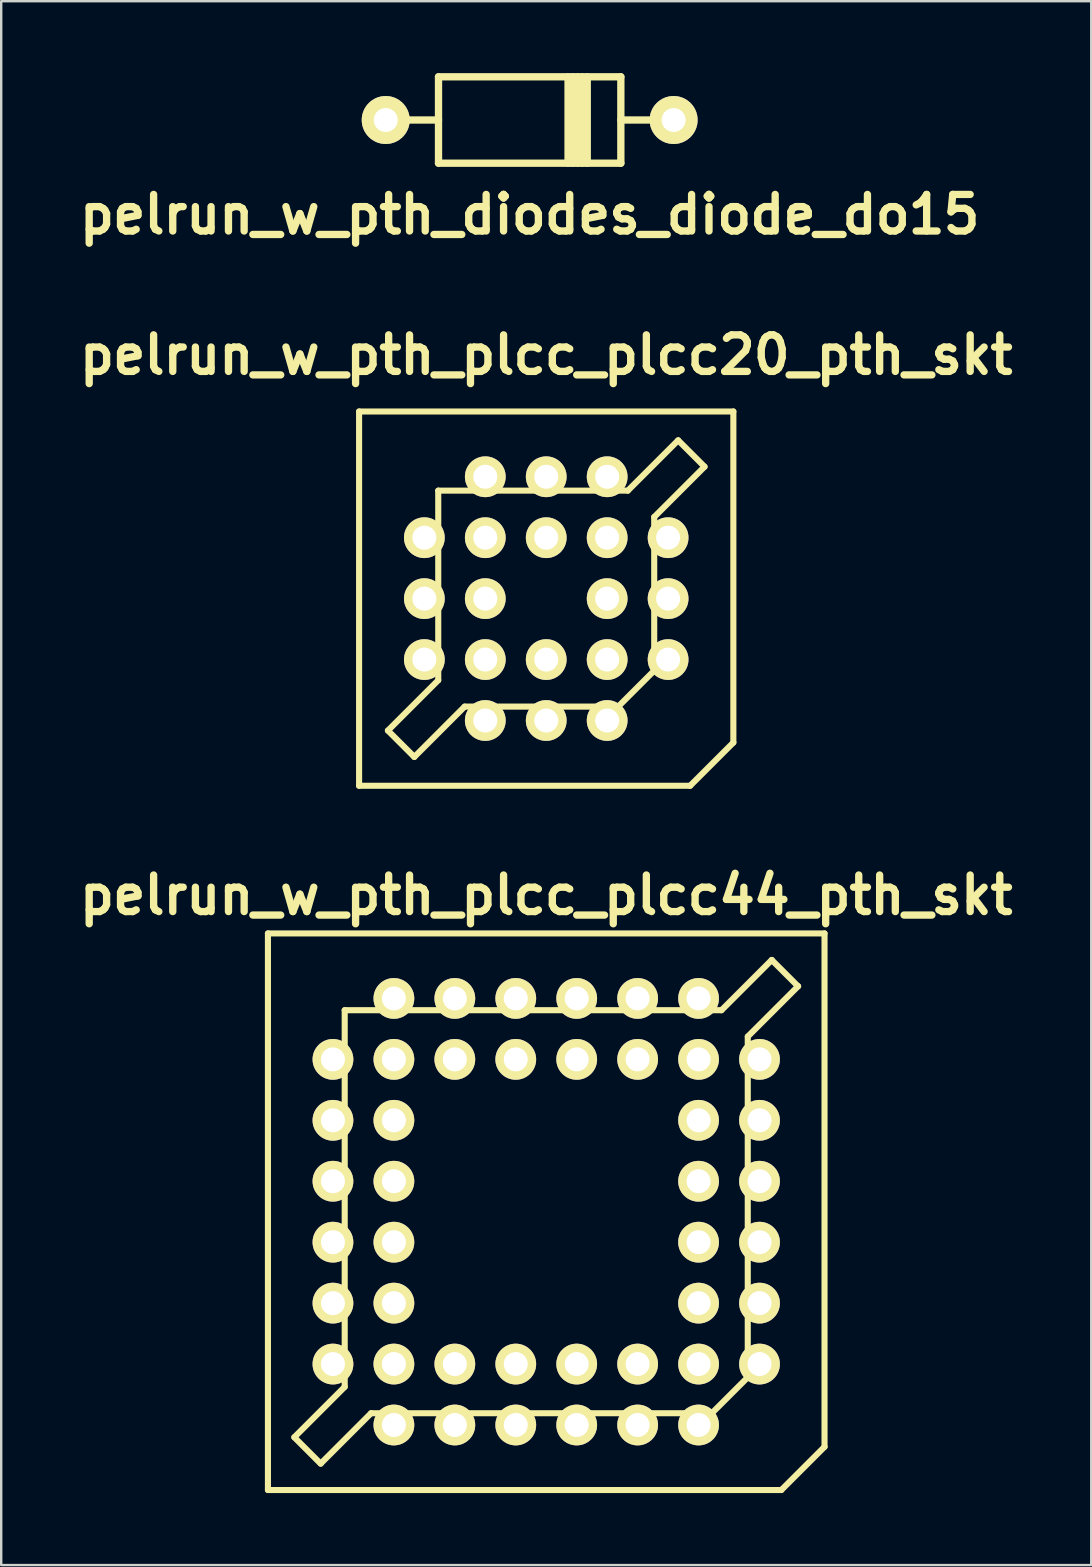
<source format=kicad_pcb>
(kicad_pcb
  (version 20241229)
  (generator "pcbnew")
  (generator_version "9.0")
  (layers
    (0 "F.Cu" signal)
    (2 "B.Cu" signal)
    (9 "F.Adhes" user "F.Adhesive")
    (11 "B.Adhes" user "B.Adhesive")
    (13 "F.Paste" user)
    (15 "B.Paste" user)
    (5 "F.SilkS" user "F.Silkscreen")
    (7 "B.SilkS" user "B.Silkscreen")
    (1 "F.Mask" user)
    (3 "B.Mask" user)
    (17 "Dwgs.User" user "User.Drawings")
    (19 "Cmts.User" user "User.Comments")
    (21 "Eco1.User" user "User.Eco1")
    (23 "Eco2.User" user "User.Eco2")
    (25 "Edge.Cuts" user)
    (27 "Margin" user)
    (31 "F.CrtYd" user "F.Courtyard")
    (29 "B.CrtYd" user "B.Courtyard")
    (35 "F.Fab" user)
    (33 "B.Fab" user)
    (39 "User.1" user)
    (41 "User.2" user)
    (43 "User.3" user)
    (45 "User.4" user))
  (footprint "pelrun_w_pth_plcc_plcc20_pth_skt"
    (layer "F.Cu")
    (at 19.718 21.902)
    (property "Reference" "pelrun_w_pth_plcc_plcc20_pth_skt" (at 0 -10.16 0) (layer "F.SilkS") (effects (font (size 1.524 1.524) (thickness 0.305))))
    (attr through_hole)
    (fp_line (start -7.8 -7.8) (end -7.8 7.8) (stroke (width 0.254) (type solid)) (layer "F.SilkS"))
    (fp_line (start -7.8 7.8) (end 5.999 7.8) (stroke (width 0.254) (type solid)) (layer "F.SilkS"))
    (fp_line (start -6.599 5.499) (end -5.499 6.599) (stroke (width 0.254) (type solid)) (layer "F.SilkS"))
    (fp_line (start -5.499 6.599) (end -3.401 4.501) (stroke (width 0.254) (type solid)) (layer "F.SilkS"))
    (fp_line (start -4.501 -4.501) (end 3.401 -4.501) (stroke (width 0.254) (type solid)) (layer "F.SilkS"))
    (fp_line (start -4.501 3.401) (end -6.599 5.499) (stroke (width 0.254) (type solid)) (layer "F.SilkS"))
    (fp_line (start -4.501 3.401) (end -4.501 -4.501) (stroke (width 0.254) (type solid)) (layer "F.SilkS"))
    (fp_line (start 3 4.501) (end -3.401 4.501) (stroke (width 0.254) (type solid)) (layer "F.SilkS"))
    (fp_line (start 3.401 -4.501) (end 5.499 -6.599) (stroke (width 0.254) (type solid)) (layer "F.SilkS"))
    (fp_line (start 4.501 -3.401) (end 4.501 3) (stroke (width 0.254) (type solid)) (layer "F.SilkS"))
    (fp_line (start 4.501 3) (end 3 4.501) (stroke (width 0.254) (type solid)) (layer "F.SilkS"))
    (fp_line (start 5.499 -6.599) (end 6.599 -5.499) (stroke (width 0.254) (type solid)) (layer "F.SilkS"))
    (fp_line (start 5.999 7.8) (end 7.8 5.999) (stroke (width 0.254) (type solid)) (layer "F.SilkS"))
    (fp_line (start 6.599 -5.499) (end 4.501 -3.401) (stroke (width 0.254) (type solid)) (layer "F.SilkS"))
    (fp_line (start 7.8 -7.8) (end -7.8 -7.8) (stroke (width 0.254) (type solid)) (layer "F.SilkS"))
    (fp_line (start 7.8 5.999) (end 7.8 -7.8) (stroke (width 0.254) (type solid)) (layer "F.SilkS"))
    (pad "1" thru_hole circle (at 0 5.08) (size 1.699 1.699) (drill 1.001) (layers "*.Cu" "*.Mask" "F.SilkS"))
    (pad "2" thru_hole circle (at 0 2.54) (size 1.699 1.699) (drill 1.001) (layers "*.Cu" "*.Mask" "F.SilkS"))
    (pad "3" thru_hole circle (at 2.54 5.08) (size 1.699 1.699) (drill 1.001) (layers "*.Cu" "*.Mask" "F.SilkS"))
    (pad "4" thru_hole circle (at 5.08 2.54) (size 1.699 1.699) (drill 1.001) (layers "*.Cu" "*.Mask" "F.SilkS"))
    (pad "5" thru_hole circle (at 2.54 2.54) (size 1.699 1.699) (drill 1.001) (layers "*.Cu" "*.Mask" "F.SilkS"))
    (pad "6" thru_hole circle (at 5.08 0) (size 1.699 1.699) (drill 1.001) (layers "*.Cu" "*.Mask" "F.SilkS"))
    (pad "7" thru_hole circle (at 2.54 0) (size 1.699 1.699) (drill 1.001) (layers "*.Cu" "*.Mask" "F.SilkS"))
    (pad "8" thru_hole circle (at 5.08 -2.54) (size 1.699 1.699) (drill 1.001) (layers "*.Cu" "*.Mask" "F.SilkS"))
    (pad "9" thru_hole circle (at 2.54 -5.08) (size 1.699 1.699) (drill 1.001) (layers "*.Cu" "*.Mask" "F.SilkS"))
    (pad "10" thru_hole circle (at 2.54 -2.54) (size 1.699 1.699) (drill 1.001) (layers "*.Cu" "*.Mask" "F.SilkS"))
    (pad "11" thru_hole circle (at 0 -5.08) (size 1.699 1.699) (drill 1.001) (layers "*.Cu" "*.Mask" "F.SilkS"))
    (pad "12" thru_hole circle (at 0 -2.54) (size 1.699 1.699) (drill 1.001) (layers "*.Cu" "*.Mask" "F.SilkS"))
    (pad "13" thru_hole circle (at -2.54 -5.08) (size 1.699 1.699) (drill 1.001) (layers "*.Cu" "*.Mask" "F.SilkS"))
    (pad "14" thru_hole circle (at -5.08 -2.54) (size 1.699 1.699) (drill 1.001) (layers "*.Cu" "*.Mask" "F.SilkS"))
    (pad "15" thru_hole circle (at -2.54 -2.54) (size 1.699 1.699) (drill 1.001) (layers "*.Cu" "*.Mask" "F.SilkS"))
    (pad "16" thru_hole circle (at -5.08 0) (size 1.699 1.699) (drill 1.001) (layers "*.Cu" "*.Mask" "F.SilkS"))
    (pad "17" thru_hole circle (at -2.54 0) (size 1.699 1.699) (drill 1.001) (layers "*.Cu" "*.Mask" "F.SilkS"))
    (pad "18" thru_hole circle (at -5.08 2.54) (size 1.699 1.699) (drill 1.001) (layers "*.Cu" "*.Mask" "F.SilkS"))
    (pad "19" thru_hole circle (at -2.54 5.08) (size 1.699 1.699) (drill 1.001) (layers "*.Cu" "*.Mask" "F.SilkS"))
    (pad "20" thru_hole circle (at -2.54 2.54) (size 1.699 1.699) (drill 1.001) (layers "*.Cu" "*.Mask" "F.SilkS")))
  (footprint "pelrun_w_pth_diodes_diode_do15"
    (layer "F.Cu")
    (at 19.028 1.952)
    (property "Reference" "pelrun_w_pth_diodes_diode_do15" (at 0 3.937 0) (layer "F.SilkS") (effects (font (size 1.524 1.524) (thickness 0.305))))
    (attr through_hole)
    (fp_line (start -6 0) (end -3.8 0) (stroke (width 0.305) (type solid)) (layer "F.SilkS"))
    (fp_line (start -3.8 -1.8) (end 3.8 -1.8) (stroke (width 0.305) (type solid)) (layer "F.SilkS"))
    (fp_line (start -3.8 1.8) (end -3.8 -1.8) (stroke (width 0.305) (type solid)) (layer "F.SilkS"))
    (fp_line (start 1.6 -1.8) (end 1.6 1.8) (stroke (width 0.305) (type solid)) (layer "F.SilkS"))
    (fp_line (start 1.8 1.8) (end 1.8 -1.8) (stroke (width 0.305) (type solid)) (layer "F.SilkS"))
    (fp_line (start 2 1.8) (end 2 -1.8) (stroke (width 0.305) (type solid)) (layer "F.SilkS"))
    (fp_line (start 2.2 -1.8) (end 2.2 1.8) (stroke (width 0.305) (type solid)) (layer "F.SilkS"))
    (fp_line (start 2.4 1.8) (end 2.4 -1.8) (stroke (width 0.305) (type solid)) (layer "F.SilkS"))
    (fp_line (start 3.8 -1.8) (end 3.8 1.8) (stroke (width 0.305) (type solid)) (layer "F.SilkS"))
    (fp_line (start 3.8 1.8) (end -3.8 1.8) (stroke (width 0.305) (type solid)) (layer "F.SilkS"))
    (fp_line (start 6 0) (end 3.8 0) (stroke (width 0.305) (type solid)) (layer "F.SilkS"))
    (pad "1" thru_hole circle (at -6 0) (size 2 2) (drill 1) (layers "*.Cu" "*.Mask" "F.SilkS"))
    (pad "2" thru_hole circle (at 6 0) (size 2 2) (drill 1) (layers "*.Cu" "*.Mask" "F.SilkS")))
  (footprint "pelrun_w_pth_plcc_plcc44_pth_skt"
    (layer "F.Cu")
    (at 19.718 47.457)
    (property "Reference" "pelrun_w_pth_plcc_plcc44_pth_skt" (at 0 -13.2 0) (layer "F.SilkS") (effects (font (size 1.524 1.524) (thickness 0.305))))
    (attr through_hole)
    (fp_line (start -11.6 -11.6) (end 11.6 -11.6) (stroke (width 0.254) (type solid)) (layer "F.SilkS"))
    (fp_line (start -11.6 11.6) (end -11.6 -11.6) (stroke (width 0.254) (type solid)) (layer "F.SilkS"))
    (fp_line (start -10.5 9.403) (end -9.401 10.503) (stroke (width 0.254) (type solid)) (layer "F.SilkS"))
    (fp_line (start -9.398 10.495) (end -7.3 8.397) (stroke (width 0.254) (type solid)) (layer "F.SilkS"))
    (fp_line (start -8.4 -8.4) (end 7.3 -8.4) (stroke (width 0.254) (type solid)) (layer "F.SilkS"))
    (fp_line (start -8.4 7.3) (end -10.498 9.398) (stroke (width 0.254) (type solid)) (layer "F.SilkS"))
    (fp_line (start -8.4 7.3) (end -8.4 -8.4) (stroke (width 0.254) (type solid)) (layer "F.SilkS"))
    (fp_line (start 6.901 8.4) (end -7.3 8.4) (stroke (width 0.254) (type solid)) (layer "F.SilkS"))
    (fp_line (start 7.303 -8.397) (end 9.401 -10.495) (stroke (width 0.254) (type solid)) (layer "F.SilkS"))
    (fp_line (start 8.4 -7.3) (end 8.4 6.901) (stroke (width 0.254) (type solid)) (layer "F.SilkS"))
    (fp_line (start 8.4 6.901) (end 6.901 8.4) (stroke (width 0.254) (type solid)) (layer "F.SilkS"))
    (fp_line (start 9.398 -10.495) (end 10.498 -9.395) (stroke (width 0.254) (type solid)) (layer "F.SilkS"))
    (fp_line (start 9.799 11.6) (end -11.6 11.6) (stroke (width 0.254) (type solid)) (layer "F.SilkS"))
    (fp_line (start 10.5 -9.401) (end 8.402 -7.303) (stroke (width 0.254) (type solid)) (layer "F.SilkS"))
    (fp_line (start 11.6 -11.6) (end 11.6 9.799) (stroke (width 0.254) (type solid)) (layer "F.SilkS"))
    (fp_line (start 11.6 9.799) (end 9.799 11.6) (stroke (width 0.254) (type solid)) (layer "F.SilkS"))
    (pad "1" thru_hole circle (at -1.27 6.35) (size 1.699 1.699) (drill 1.001) (layers "*.Cu" "*.Mask" "F.SilkS"))
    (pad "2" thru_hole circle (at 1.27 8.89) (size 1.699 1.699) (drill 1.001) (layers "*.Cu" "*.Mask" "F.SilkS"))
    (pad "3" thru_hole circle (at 1.27 6.35) (size 1.699 1.699) (drill 1.001) (layers "*.Cu" "*.Mask" "F.SilkS"))
    (pad "4" thru_hole circle (at 3.81 8.89) (size 1.699 1.699) (drill 1.001) (layers "*.Cu" "*.Mask" "F.SilkS"))
    (pad "5" thru_hole circle (at 3.81 6.35) (size 1.699 1.699) (drill 1.001) (layers "*.Cu" "*.Mask" "F.SilkS"))
    (pad "6" thru_hole circle (at 6.35 8.89) (size 1.699 1.699) (drill 1.001) (layers "*.Cu" "*.Mask" "F.SilkS"))
    (pad "7" thru_hole circle (at 8.89 6.35) (size 1.699 1.699) (drill 1.001) (layers "*.Cu" "*.Mask" "F.SilkS"))
    (pad "8" thru_hole circle (at 6.35 6.35) (size 1.699 1.699) (drill 1.001) (layers "*.Cu" "*.Mask" "F.SilkS"))
    (pad "9" thru_hole circle (at 8.89 3.81) (size 1.699 1.699) (drill 1.001) (layers "*.Cu" "*.Mask" "F.SilkS"))
    (pad "10" thru_hole circle (at 6.35 3.81) (size 1.699 1.699) (drill 1.001) (layers "*.Cu" "*.Mask" "F.SilkS"))
    (pad "11" thru_hole circle (at 8.89 1.27) (size 1.699 1.699) (drill 1.001) (layers "*.Cu" "*.Mask" "F.SilkS"))
    (pad "12" thru_hole circle (at 6.35 1.27) (size 1.699 1.699) (drill 1.001) (layers "*.Cu" "*.Mask" "F.SilkS"))
    (pad "13" thru_hole circle (at 8.89 -1.27) (size 1.699 1.699) (drill 1.001) (layers "*.Cu" "*.Mask" "F.SilkS"))
    (pad "14" thru_hole circle (at 6.35 -1.27) (size 1.699 1.699) (drill 1.001) (layers "*.Cu" "*.Mask" "F.SilkS"))
    (pad "15" thru_hole circle (at 8.89 -3.81) (size 1.699 1.699) (drill 1.001) (layers "*.Cu" "*.Mask" "F.SilkS"))
    (pad "16" thru_hole circle (at 6.35 -3.81) (size 1.699 1.699) (drill 1.001) (layers "*.Cu" "*.Mask" "F.SilkS"))
    (pad "17" thru_hole circle (at 8.89 -6.35) (size 1.699 1.699) (drill 1.001) (layers "*.Cu" "*.Mask" "F.SilkS"))
    (pad "18" thru_hole circle (at 6.35 -8.89) (size 1.699 1.699) (drill 1.001) (layers "*.Cu" "*.Mask" "F.SilkS"))
    (pad "19" thru_hole circle (at 6.35 -6.35) (size 1.699 1.699) (drill 1.001) (layers "*.Cu" "*.Mask" "F.SilkS"))
    (pad "20" thru_hole circle (at 3.81 -8.89) (size 1.699 1.699) (drill 1.001) (layers "*.Cu" "*.Mask" "F.SilkS"))
    (pad "21" thru_hole circle (at 3.81 -6.35) (size 1.699 1.699) (drill 1.001) (layers "*.Cu" "*.Mask" "F.SilkS"))
    (pad "22" thru_hole circle (at 1.27 -8.89) (size 1.699 1.699) (drill 1.001) (layers "*.Cu" "*.Mask" "F.SilkS"))
    (pad "23" thru_hole circle (at 1.27 -6.35) (size 1.699 1.699) (drill 1.001) (layers "*.Cu" "*.Mask" "F.SilkS"))
    (pad "24" thru_hole circle (at -1.27 -8.89) (size 1.699 1.699) (drill 1.001) (layers "*.Cu" "*.Mask" "F.SilkS"))
    (pad "25" thru_hole circle (at -1.27 -6.35) (size 1.699 1.699) (drill 1.001) (layers "*.Cu" "*.Mask" "F.SilkS"))
    (pad "26" thru_hole circle (at -3.81 -8.89) (size 1.699 1.699) (drill 1.001) (layers "*.Cu" "*.Mask" "F.SilkS"))
    (pad "27" thru_hole circle (at -3.81 -6.35) (size 1.699 1.699) (drill 1.001) (layers "*.Cu" "*.Mask" "F.SilkS"))
    (pad "28" thru_hole circle (at -6.35 -8.89) (size 1.699 1.699) (drill 1.001) (layers "*.Cu" "*.Mask" "F.SilkS"))
    (pad "29" thru_hole circle (at -8.89 -6.35) (size 1.699 1.699) (drill 1.001) (layers "*.Cu" "*.Mask" "F.SilkS"))
    (pad "30" thru_hole circle (at -6.35 -6.35) (size 1.699 1.699) (drill 1.001) (layers "*.Cu" "*.Mask" "F.SilkS"))
    (pad "31" thru_hole circle (at -8.89 -3.81) (size 1.699 1.699) (drill 1.001) (layers "*.Cu" "*.Mask" "F.SilkS"))
    (pad "32" thru_hole circle (at -6.35 -3.81) (size 1.699 1.699) (drill 1.001) (layers "*.Cu" "*.Mask" "F.SilkS"))
    (pad "33" thru_hole circle (at -8.89 -1.27) (size 1.699 1.699) (drill 1.001) (layers "*.Cu" "*.Mask" "F.SilkS"))
    (pad "34" thru_hole circle (at -6.35 -1.27) (size 1.699 1.699) (drill 1.001) (layers "*.Cu" "*.Mask" "F.SilkS"))
    (pad "35" thru_hole circle (at -8.89 1.27) (size 1.699 1.699) (drill 1.001) (layers "*.Cu" "*.Mask" "F.SilkS"))
    (pad "36" thru_hole circle (at -6.35 1.27) (size 1.699 1.699) (drill 1.001) (layers "*.Cu" "*.Mask" "F.SilkS"))
    (pad "37" thru_hole circle (at -8.89 3.81) (size 1.699 1.699) (drill 1.001) (layers "*.Cu" "*.Mask" "F.SilkS"))
    (pad "38" thru_hole circle (at -6.35 3.81) (size 1.699 1.699) (drill 1.001) (layers "*.Cu" "*.Mask" "F.SilkS"))
    (pad "39" thru_hole circle (at -8.89 6.35) (size 1.699 1.699) (drill 1.001) (layers "*.Cu" "*.Mask" "F.SilkS"))
    (pad "40" thru_hole circle (at -6.35 8.89) (size 1.699 1.699) (drill 1.001) (layers "*.Cu" "*.Mask" "F.SilkS"))
    (pad "41" thru_hole circle (at -6.35 6.35) (size 1.699 1.699) (drill 1.001) (layers "*.Cu" "*.Mask" "F.SilkS"))
    (pad "42" thru_hole circle (at -3.81 8.89) (size 1.699 1.699) (drill 1.001) (layers "*.Cu" "*.Mask" "F.SilkS"))
    (pad "43" thru_hole circle (at -3.81 6.35) (size 1.699 1.699) (drill 1.001) (layers "*.Cu" "*.Mask" "F.SilkS"))
    (pad "44" thru_hole circle (at -1.27 8.89) (size 1.699 1.699) (drill 1.001) (layers "*.Cu" "*.Mask" "F.SilkS")))
  (gr_rect
    (start -3 -3)
    (end 42.435 62.184)
    (stroke (width 0.1) (type default))
    (fill no)
    (layer "Edge.Cuts")))
</source>
